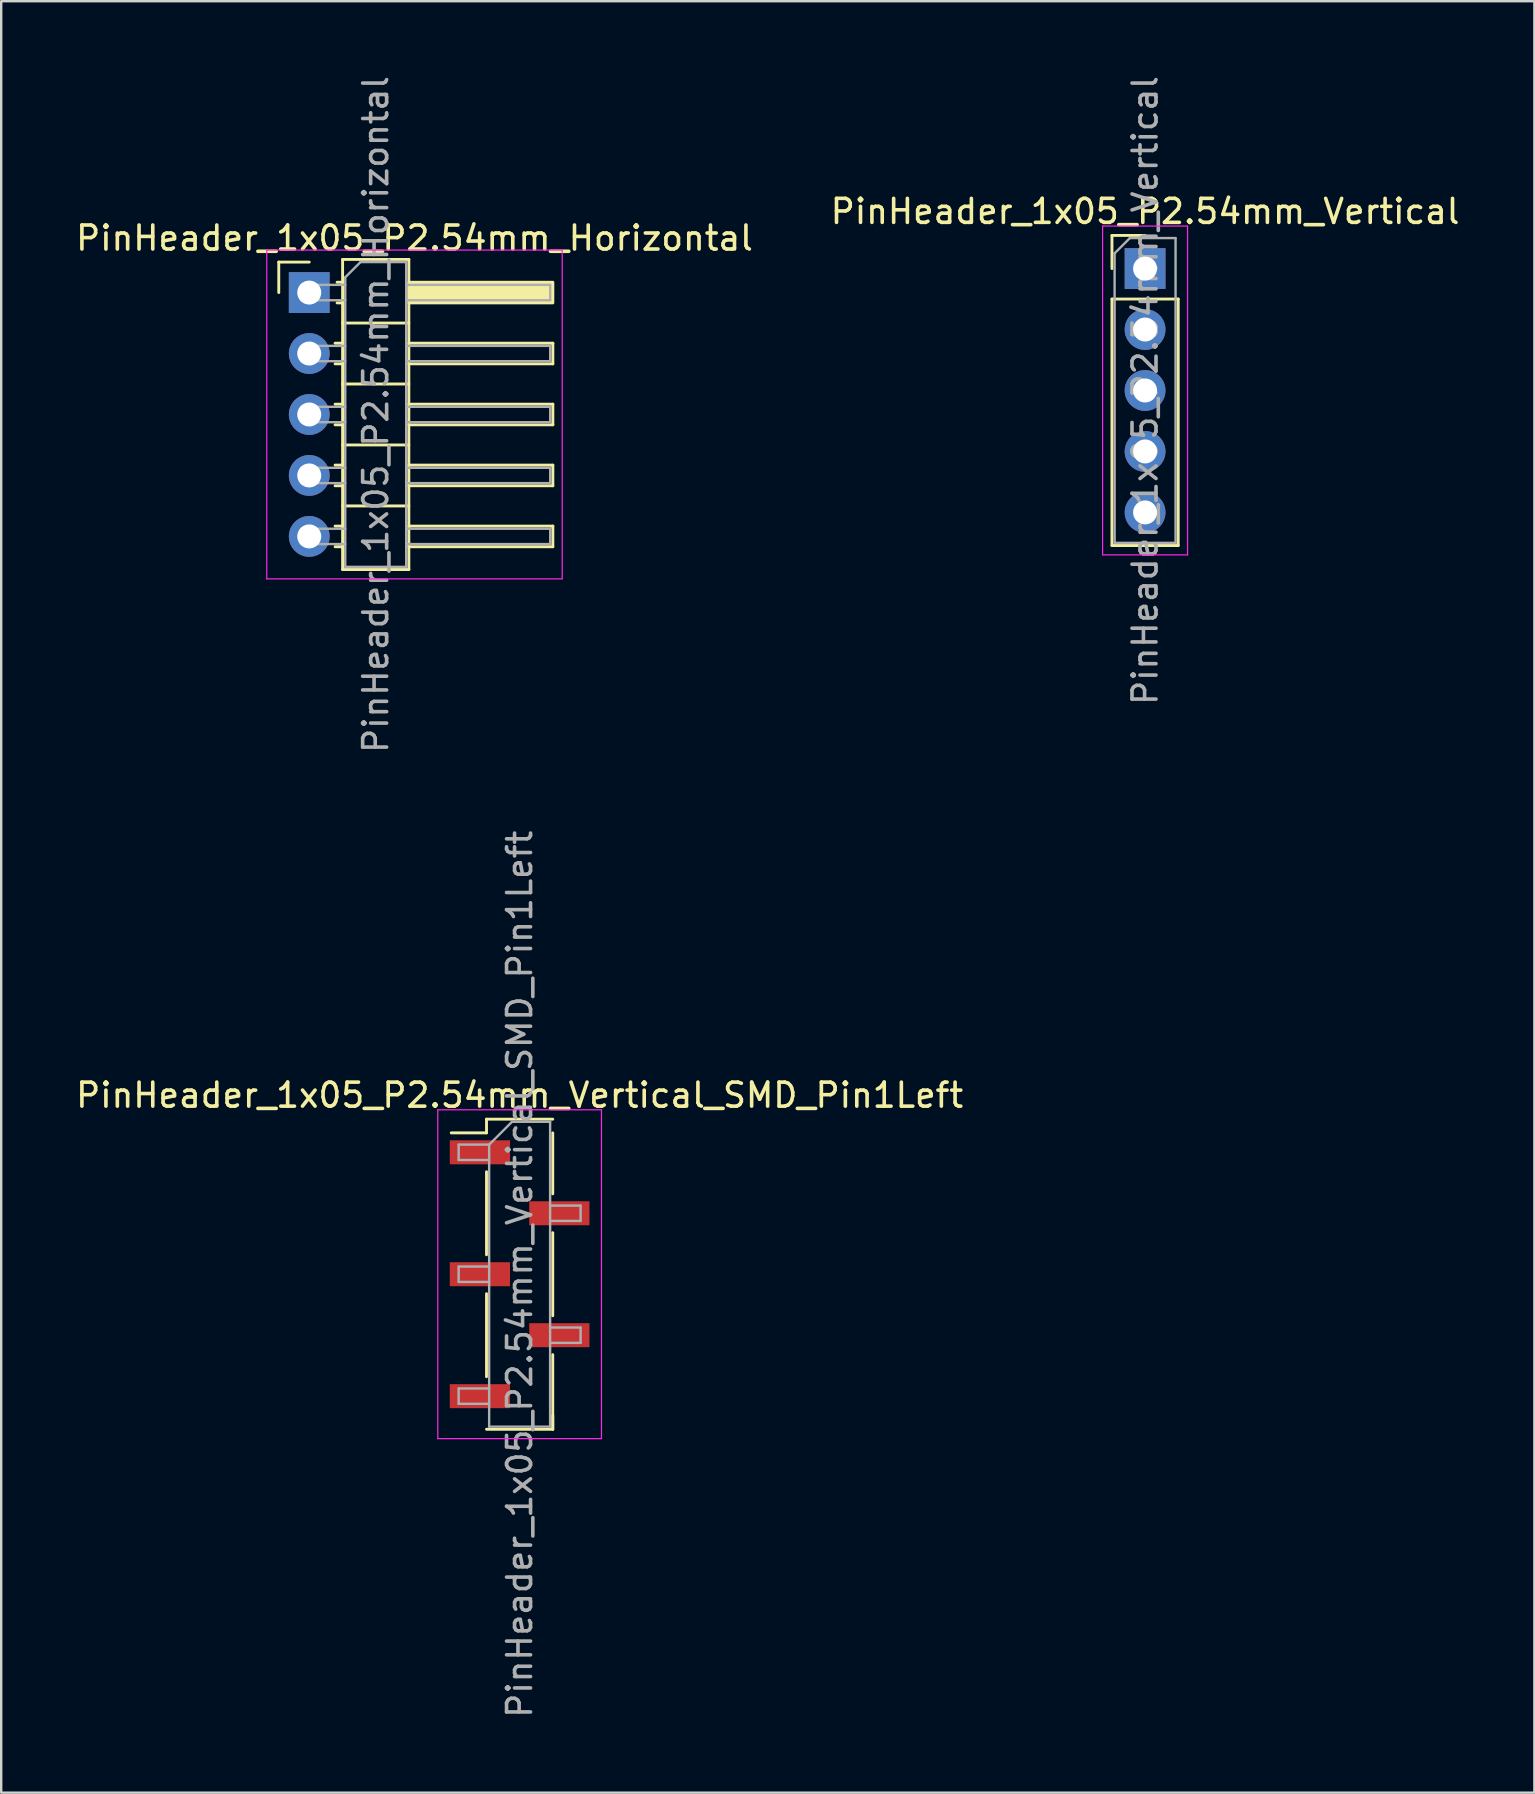
<source format=kicad_pcb>
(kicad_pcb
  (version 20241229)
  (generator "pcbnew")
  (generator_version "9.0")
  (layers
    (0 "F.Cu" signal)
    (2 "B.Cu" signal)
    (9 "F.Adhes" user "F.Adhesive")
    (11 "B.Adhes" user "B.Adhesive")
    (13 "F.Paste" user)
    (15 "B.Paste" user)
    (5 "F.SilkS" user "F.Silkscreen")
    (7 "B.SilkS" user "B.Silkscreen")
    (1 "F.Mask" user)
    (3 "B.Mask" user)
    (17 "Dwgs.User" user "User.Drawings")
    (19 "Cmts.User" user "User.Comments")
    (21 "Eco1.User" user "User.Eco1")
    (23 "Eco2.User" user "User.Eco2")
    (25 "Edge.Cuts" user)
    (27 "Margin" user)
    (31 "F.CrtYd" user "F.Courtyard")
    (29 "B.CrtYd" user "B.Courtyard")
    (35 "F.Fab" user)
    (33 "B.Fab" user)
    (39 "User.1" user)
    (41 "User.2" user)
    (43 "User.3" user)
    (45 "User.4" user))
  (footprint "PinHeader_1x05_P2.54mm_Horizontal"
    (layer "F.Cu")
    (at 9.835 9.14)
    (property "Reference" "PinHeader_1x05_P2.54mm_Horizontal" (at 4.385 -2.27 0) (layer "F.SilkS") (effects (font (size 1 1) (thickness 0.15))))
    (attr through_hole)
    (fp_line (start -1.27 -1.27) (end 0 -1.27) (stroke (width 0.12) (type solid)) (layer "F.SilkS"))
    (fp_line (start -1.27 0) (end -1.27 -1.27) (stroke (width 0.12) (type solid)) (layer "F.SilkS"))
    (fp_line (start 1.077 2.11) (end 1.39 2.11) (stroke (width 0.12) (type solid)) (layer "F.SilkS"))
    (fp_line (start 1.077 2.97) (end 1.39 2.97) (stroke (width 0.12) (type solid)) (layer "F.SilkS"))
    (fp_line (start 1.077 4.65) (end 1.39 4.65) (stroke (width 0.12) (type solid)) (layer "F.SilkS"))
    (fp_line (start 1.077 5.51) (end 1.39 5.51) (stroke (width 0.12) (type solid)) (layer "F.SilkS"))
    (fp_line (start 1.077 7.19) (end 1.39 7.19) (stroke (width 0.12) (type solid)) (layer "F.SilkS"))
    (fp_line (start 1.077 8.05) (end 1.39 8.05) (stroke (width 0.12) (type solid)) (layer "F.SilkS"))
    (fp_line (start 1.077 9.73) (end 1.39 9.73) (stroke (width 0.12) (type solid)) (layer "F.SilkS"))
    (fp_line (start 1.077 10.59) (end 1.39 10.59) (stroke (width 0.12) (type solid)) (layer "F.SilkS"))
    (fp_line (start 1.16 -0.43) (end 1.39 -0.43) (stroke (width 0.12) (type solid)) (layer "F.SilkS"))
    (fp_line (start 1.16 0.43) (end 1.39 0.43) (stroke (width 0.12) (type solid)) (layer "F.SilkS"))
    (fp_line (start 1.39 -1.38) (end 1.39 11.54) (stroke (width 0.12) (type solid)) (layer "F.SilkS"))
    (fp_line (start 1.39 1.27) (end 4.15 1.27) (stroke (width 0.12) (type solid)) (layer "F.SilkS"))
    (fp_line (start 1.39 3.81) (end 4.15 3.81) (stroke (width 0.12) (type solid)) (layer "F.SilkS"))
    (fp_line (start 1.39 6.35) (end 4.15 6.35) (stroke (width 0.12) (type solid)) (layer "F.SilkS"))
    (fp_line (start 1.39 8.89) (end 4.15 8.89) (stroke (width 0.12) (type solid)) (layer "F.SilkS"))
    (fp_line (start 1.39 11.54) (end 4.15 11.54) (stroke (width 0.12) (type solid)) (layer "F.SilkS"))
    (fp_line (start 4.15 -1.38) (end 1.39 -1.38) (stroke (width 0.12) (type solid)) (layer "F.SilkS"))
    (fp_line (start 4.15 2.11) (end 10.15 2.11) (stroke (width 0.12) (type solid)) (layer "F.SilkS"))
    (fp_line (start 4.15 4.65) (end 10.15 4.65) (stroke (width 0.12) (type solid)) (layer "F.SilkS"))
    (fp_line (start 4.15 7.19) (end 10.15 7.19) (stroke (width 0.12) (type solid)) (layer "F.SilkS"))
    (fp_line (start 4.15 9.73) (end 10.15 9.73) (stroke (width 0.12) (type solid)) (layer "F.SilkS"))
    (fp_line (start 4.15 11.54) (end 4.15 -1.38) (stroke (width 0.12) (type solid)) (layer "F.SilkS"))
    (fp_line (start 10.15 2.11) (end 10.15 2.97) (stroke (width 0.12) (type solid)) (layer "F.SilkS"))
    (fp_line (start 10.15 2.97) (end 4.15 2.97) (stroke (width 0.12) (type solid)) (layer "F.SilkS"))
    (fp_line (start 10.15 4.65) (end 10.15 5.51) (stroke (width 0.12) (type solid)) (layer "F.SilkS"))
    (fp_line (start 10.15 5.51) (end 4.15 5.51) (stroke (width 0.12) (type solid)) (layer "F.SilkS"))
    (fp_line (start 10.15 7.19) (end 10.15 8.05) (stroke (width 0.12) (type solid)) (layer "F.SilkS"))
    (fp_line (start 10.15 8.05) (end 4.15 8.05) (stroke (width 0.12) (type solid)) (layer "F.SilkS"))
    (fp_line (start 10.15 9.73) (end 10.15 10.59) (stroke (width 0.12) (type solid)) (layer "F.SilkS"))
    (fp_line (start 10.15 10.59) (end 4.15 10.59) (stroke (width 0.12) (type solid)) (layer "F.SilkS"))
    (fp_rect (start 4.15 -0.43) (end 10.15 0.43) (stroke (width 0.12) (type solid)) (fill yes) (layer "F.SilkS"))
    (fp_line (start -1.77 -1.77) (end -1.77 11.93) (stroke (width 0.05) (type solid)) (layer "F.CrtYd"))
    (fp_line (start -1.77 11.93) (end 10.54 11.93) (stroke (width 0.05) (type solid)) (layer "F.CrtYd"))
    (fp_line (start 10.54 -1.77) (end -1.77 -1.77) (stroke (width 0.05) (type solid)) (layer "F.CrtYd"))
    (fp_line (start 10.54 11.93) (end 10.54 -1.77) (stroke (width 0.05) (type solid)) (layer "F.CrtYd"))
    (fp_line (start -0.32 -0.32) (end -0.32 0.32) (stroke (width 0.1) (type solid)) (layer "F.Fab"))
    (fp_line (start -0.32 -0.32) (end 1.5 -0.32) (stroke (width 0.1) (type solid)) (layer "F.Fab"))
    (fp_line (start -0.32 0.32) (end 1.5 0.32) (stroke (width 0.1) (type solid)) (layer "F.Fab"))
    (fp_line (start -0.32 2.22) (end -0.32 2.86) (stroke (width 0.1) (type solid)) (layer "F.Fab"))
    (fp_line (start -0.32 2.22) (end 1.5 2.22) (stroke (width 0.1) (type solid)) (layer "F.Fab"))
    (fp_line (start -0.32 2.86) (end 1.5 2.86) (stroke (width 0.1) (type solid)) (layer "F.Fab"))
    (fp_line (start -0.32 4.76) (end -0.32 5.4) (stroke (width 0.1) (type solid)) (layer "F.Fab"))
    (fp_line (start -0.32 4.76) (end 1.5 4.76) (stroke (width 0.1) (type solid)) (layer "F.Fab"))
    (fp_line (start -0.32 5.4) (end 1.5 5.4) (stroke (width 0.1) (type solid)) (layer "F.Fab"))
    (fp_line (start -0.32 7.3) (end -0.32 7.94) (stroke (width 0.1) (type solid)) (layer "F.Fab"))
    (fp_line (start -0.32 7.3) (end 1.5 7.3) (stroke (width 0.1) (type solid)) (layer "F.Fab"))
    (fp_line (start -0.32 7.94) (end 1.5 7.94) (stroke (width 0.1) (type solid)) (layer "F.Fab"))
    (fp_line (start -0.32 9.84) (end -0.32 10.48) (stroke (width 0.1) (type solid)) (layer "F.Fab"))
    (fp_line (start -0.32 9.84) (end 1.5 9.84) (stroke (width 0.1) (type solid)) (layer "F.Fab"))
    (fp_line (start -0.32 10.48) (end 1.5 10.48) (stroke (width 0.1) (type solid)) (layer "F.Fab"))
    (fp_line (start 1.5 -0.635) (end 2.135 -1.27) (stroke (width 0.1) (type solid)) (layer "F.Fab"))
    (fp_line (start 1.5 11.43) (end 1.5 -0.635) (stroke (width 0.1) (type solid)) (layer "F.Fab"))
    (fp_line (start 2.135 -1.27) (end 4.04 -1.27) (stroke (width 0.1) (type solid)) (layer "F.Fab"))
    (fp_line (start 4.04 -1.27) (end 4.04 11.43) (stroke (width 0.1) (type solid)) (layer "F.Fab"))
    (fp_line (start 4.04 -0.32) (end 10.04 -0.32) (stroke (width 0.1) (type solid)) (layer "F.Fab"))
    (fp_line (start 4.04 0.32) (end 10.04 0.32) (stroke (width 0.1) (type solid)) (layer "F.Fab"))
    (fp_line (start 4.04 2.22) (end 10.04 2.22) (stroke (width 0.1) (type solid)) (layer "F.Fab"))
    (fp_line (start 4.04 2.86) (end 10.04 2.86) (stroke (width 0.1) (type solid)) (layer "F.Fab"))
    (fp_line (start 4.04 4.76) (end 10.04 4.76) (stroke (width 0.1) (type solid)) (layer "F.Fab"))
    (fp_line (start 4.04 5.4) (end 10.04 5.4) (stroke (width 0.1) (type solid)) (layer "F.Fab"))
    (fp_line (start 4.04 7.3) (end 10.04 7.3) (stroke (width 0.1) (type solid)) (layer "F.Fab"))
    (fp_line (start 4.04 7.94) (end 10.04 7.94) (stroke (width 0.1) (type solid)) (layer "F.Fab"))
    (fp_line (start 4.04 9.84) (end 10.04 9.84) (stroke (width 0.1) (type solid)) (layer "F.Fab"))
    (fp_line (start 4.04 10.48) (end 10.04 10.48) (stroke (width 0.1) (type solid)) (layer "F.Fab"))
    (fp_line (start 4.04 11.43) (end 1.5 11.43) (stroke (width 0.1) (type solid)) (layer "F.Fab"))
    (fp_line (start 10.04 -0.32) (end 10.04 0.32) (stroke (width 0.1) (type solid)) (layer "F.Fab"))
    (fp_line (start 10.04 2.22) (end 10.04 2.86) (stroke (width 0.1) (type solid)) (layer "F.Fab"))
    (fp_line (start 10.04 4.76) (end 10.04 5.4) (stroke (width 0.1) (type solid)) (layer "F.Fab"))
    (fp_line (start 10.04 7.3) (end 10.04 7.94) (stroke (width 0.1) (type solid)) (layer "F.Fab"))
    (fp_line (start 10.04 9.84) (end 10.04 10.48) (stroke (width 0.1) (type solid)) (layer "F.Fab"))
    (fp_text user "${REFERENCE}" (at 2.77 5.08 90) (layer "F.Fab") (effects (font (size 1 1) (thickness 0.15))))
    (pad "1" thru_hole rect (at 0 0) (size 1.7 1.7) (drill 1) (layers "*.Cu" "*.Mask"))
    (pad "2" thru_hole circle (at 0 2.54) (size 1.7 1.7) (drill 1) (layers "*.Cu" "*.Mask"))
    (pad "3" thru_hole circle (at 0 5.08) (size 1.7 1.7) (drill 1) (layers "*.Cu" "*.Mask"))
    (pad "4" thru_hole circle (at 0 7.62) (size 1.7 1.7) (drill 1) (layers "*.Cu" "*.Mask"))
    (pad "5" thru_hole circle (at 0 10.16) (size 1.7 1.7) (drill 1) (layers "*.Cu" "*.Mask")))
  (footprint "PinHeader_1x05_P2.54mm_Vertical_SMD_Pin1Left"
    (layer "F.Cu")
    (at 18.601 50.042)
    (property "Reference" "PinHeader_1x05_P2.54mm_Vertical_SMD_Pin1Left" (at 0 -7.46 0) (layer "F.SilkS") (effects (font (size 1 1) (thickness 0.15))))
    (attr smd)
    (fp_line (start -1.38 -6.46) (end -1.38 -5.89) (stroke (width 0.12) (type solid)) (layer "F.SilkS"))
    (fp_line (start -1.38 -6.46) (end 1.38 -6.46) (stroke (width 0.12) (type solid)) (layer "F.SilkS"))
    (fp_line (start -1.38 -5.89) (end -2.85 -5.89) (stroke (width 0.12) (type solid)) (layer "F.SilkS"))
    (fp_line (start -1.38 -4.27) (end -1.38 -0.81) (stroke (width 0.12) (type solid)) (layer "F.SilkS"))
    (fp_line (start -1.38 0.81) (end -1.38 4.27) (stroke (width 0.12) (type solid)) (layer "F.SilkS"))
    (fp_line (start -1.38 6.46) (end 1.38 6.46) (stroke (width 0.12) (type solid)) (layer "F.SilkS"))
    (fp_line (start 1.38 -5.89) (end 1.38 -3.35) (stroke (width 0.12) (type solid)) (layer "F.SilkS"))
    (fp_line (start 1.38 -1.73) (end 1.38 1.73) (stroke (width 0.12) (type solid)) (layer "F.SilkS"))
    (fp_line (start 1.38 3.35) (end 1.38 6.46) (stroke (width 0.12) (type solid)) (layer "F.SilkS"))
    (fp_line (start 1.38 5.89) (end 1.38 6.46) (stroke (width 0.12) (type solid)) (layer "F.SilkS"))
    (fp_line (start -3.41 -6.85) (end -3.41 6.85) (stroke (width 0.05) (type solid)) (layer "F.CrtYd"))
    (fp_line (start -3.41 6.85) (end 3.41 6.85) (stroke (width 0.05) (type solid)) (layer "F.CrtYd"))
    (fp_line (start 3.41 -6.85) (end -3.41 -6.85) (stroke (width 0.05) (type solid)) (layer "F.CrtYd"))
    (fp_line (start 3.41 6.85) (end 3.41 -6.85) (stroke (width 0.05) (type solid)) (layer "F.CrtYd"))
    (fp_line (start -2.54 -5.4) (end -2.54 -4.76) (stroke (width 0.1) (type solid)) (layer "F.Fab"))
    (fp_line (start -2.54 -4.76) (end -1.27 -4.76) (stroke (width 0.1) (type solid)) (layer "F.Fab"))
    (fp_line (start -2.54 -0.32) (end -2.54 0.32) (stroke (width 0.1) (type solid)) (layer "F.Fab"))
    (fp_line (start -2.54 0.32) (end -1.27 0.32) (stroke (width 0.1) (type solid)) (layer "F.Fab"))
    (fp_line (start -2.54 4.76) (end -2.54 5.4) (stroke (width 0.1) (type solid)) (layer "F.Fab"))
    (fp_line (start -2.54 5.4) (end -1.27 5.4) (stroke (width 0.1) (type solid)) (layer "F.Fab"))
    (fp_line (start -1.27 -5.4) (end -2.54 -5.4) (stroke (width 0.1) (type solid)) (layer "F.Fab"))
    (fp_line (start -1.27 -5.4) (end -0.32 -6.35) (stroke (width 0.1) (type solid)) (layer "F.Fab"))
    (fp_line (start -1.27 -0.32) (end -2.54 -0.32) (stroke (width 0.1) (type solid)) (layer "F.Fab"))
    (fp_line (start -1.27 4.76) (end -2.54 4.76) (stroke (width 0.1) (type solid)) (layer "F.Fab"))
    (fp_line (start -1.27 6.35) (end -1.27 -5.4) (stroke (width 0.1) (type solid)) (layer "F.Fab"))
    (fp_line (start -0.32 -6.35) (end 1.27 -6.35) (stroke (width 0.1) (type solid)) (layer "F.Fab"))
    (fp_line (start 1.27 -6.35) (end 1.27 6.35) (stroke (width 0.1) (type solid)) (layer "F.Fab"))
    (fp_line (start 1.27 -2.86) (end 2.54 -2.86) (stroke (width 0.1) (type solid)) (layer "F.Fab"))
    (fp_line (start 1.27 2.22) (end 2.54 2.22) (stroke (width 0.1) (type solid)) (layer "F.Fab"))
    (fp_line (start 1.27 6.35) (end -1.27 6.35) (stroke (width 0.1) (type solid)) (layer "F.Fab"))
    (fp_line (start 2.54 -2.86) (end 2.54 -2.22) (stroke (width 0.1) (type solid)) (layer "F.Fab"))
    (fp_line (start 2.54 -2.22) (end 1.27 -2.22) (stroke (width 0.1) (type solid)) (layer "F.Fab"))
    (fp_line (start 2.54 2.22) (end 2.54 2.86) (stroke (width 0.1) (type solid)) (layer "F.Fab"))
    (fp_line (start 2.54 2.86) (end 1.27 2.86) (stroke (width 0.1) (type solid)) (layer "F.Fab"))
    (fp_text user "${REFERENCE}" (at 0 0 90) (layer "F.Fab") (effects (font (size 1 1) (thickness 0.15))))
    (pad "1" smd rect (at -1.655 -5.08) (size 2.51 1) (layers "F.Cu" "F.Mask" "F.Paste"))
    (pad "2" smd rect (at 1.655 -2.54) (size 2.51 1) (layers "F.Cu" "F.Mask" "F.Paste"))
    (pad "3" smd rect (at -1.655 0) (size 2.51 1) (layers "F.Cu" "F.Mask" "F.Paste"))
    (pad "4" smd rect (at 1.655 2.54) (size 2.51 1) (layers "F.Cu" "F.Mask" "F.Paste"))
    (pad "5" smd rect (at -1.655 5.08) (size 2.51 1) (layers "F.Cu" "F.Mask" "F.Paste")))
  (footprint "PinHeader_1x05_P2.54mm_Vertical"
    (layer "F.Cu")
    (at 44.661 8.14)
    (property "Reference" "PinHeader_1x05_P2.54mm_Vertical" (at 0 -2.38 0) (layer "F.SilkS") (effects (font (size 1 1) (thickness 0.15))))
    (attr through_hole)
    (fp_line (start -1.38 -1.38) (end 0 -1.38) (stroke (width 0.12) (type solid)) (layer "F.SilkS"))
    (fp_line (start -1.38 0) (end -1.38 -1.38) (stroke (width 0.12) (type solid)) (layer "F.SilkS"))
    (fp_line (start -1.38 1.27) (end -1.38 11.54) (stroke (width 0.12) (type solid)) (layer "F.SilkS"))
    (fp_line (start -1.38 1.27) (end 1.38 1.27) (stroke (width 0.12) (type solid)) (layer "F.SilkS"))
    (fp_line (start -1.38 11.54) (end 1.38 11.54) (stroke (width 0.12) (type solid)) (layer "F.SilkS"))
    (fp_line (start 1.38 1.27) (end 1.38 11.54) (stroke (width 0.12) (type solid)) (layer "F.SilkS"))
    (fp_line (start -1.77 -1.77) (end -1.77 11.93) (stroke (width 0.05) (type solid)) (layer "F.CrtYd"))
    (fp_line (start -1.77 11.93) (end 1.77 11.93) (stroke (width 0.05) (type solid)) (layer "F.CrtYd"))
    (fp_line (start 1.77 -1.77) (end -1.77 -1.77) (stroke (width 0.05) (type solid)) (layer "F.CrtYd"))
    (fp_line (start 1.77 11.93) (end 1.77 -1.77) (stroke (width 0.05) (type solid)) (layer "F.CrtYd"))
    (fp_line (start -1.27 -0.635) (end -0.635 -1.27) (stroke (width 0.1) (type solid)) (layer "F.Fab"))
    (fp_line (start -1.27 11.43) (end -1.27 -0.635) (stroke (width 0.1) (type solid)) (layer "F.Fab"))
    (fp_line (start -0.635 -1.27) (end 1.27 -1.27) (stroke (width 0.1) (type solid)) (layer "F.Fab"))
    (fp_line (start 1.27 -1.27) (end 1.27 11.43) (stroke (width 0.1) (type solid)) (layer "F.Fab"))
    (fp_line (start 1.27 11.43) (end -1.27 11.43) (stroke (width 0.1) (type solid)) (layer "F.Fab"))
    (fp_text user "${REFERENCE}" (at 0 5.08 90) (layer "F.Fab") (effects (font (size 1 1) (thickness 0.15))))
    (pad "1" thru_hole rect (at 0 0) (size 1.7 1.7) (drill 1) (layers "*.Cu" "*.Mask"))
    (pad "2" thru_hole circle (at 0 2.54) (size 1.7 1.7) (drill 1) (layers "*.Cu" "*.Mask"))
    (pad "3" thru_hole circle (at 0 5.08) (size 1.7 1.7) (drill 1) (layers "*.Cu" "*.Mask"))
    (pad "4" thru_hole circle (at 0 7.62) (size 1.7 1.7) (drill 1) (layers "*.Cu" "*.Mask"))
    (pad "5" thru_hole circle (at 0 10.16) (size 1.7 1.7) (drill 1) (layers "*.Cu" "*.Mask")))
  (gr_rect
    (start -3 -3)
    (end 60.881 71.643)
    (stroke (width 0.1) (type default))
    (fill no)
    (layer "Edge.Cuts")))
</source>
